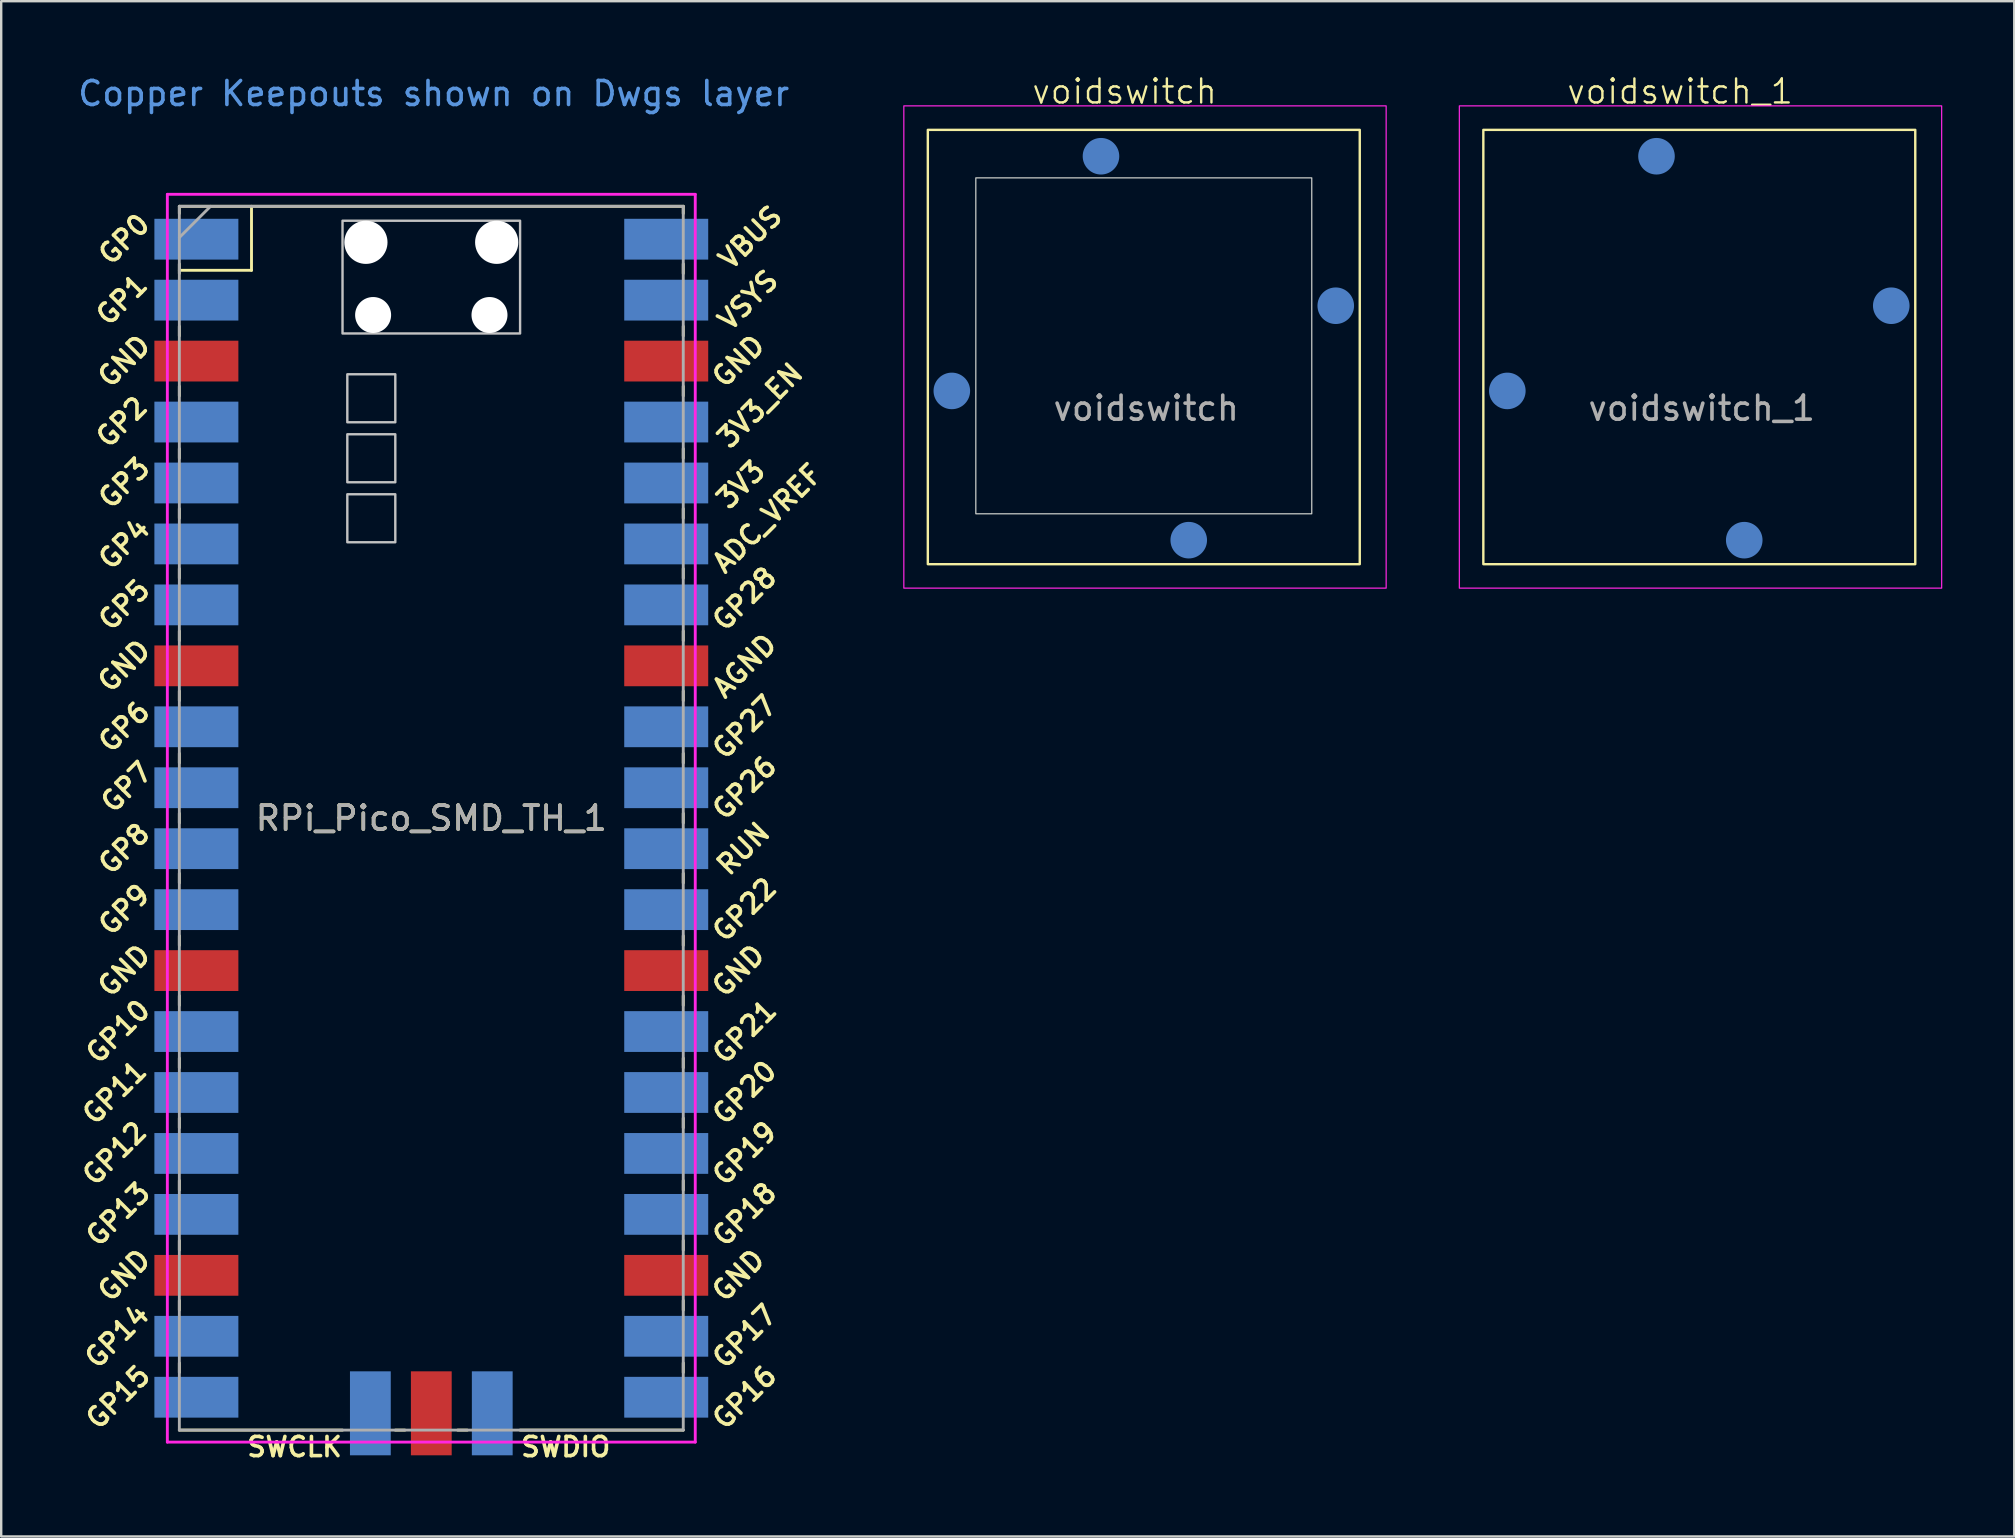
<source format=kicad_pcb>
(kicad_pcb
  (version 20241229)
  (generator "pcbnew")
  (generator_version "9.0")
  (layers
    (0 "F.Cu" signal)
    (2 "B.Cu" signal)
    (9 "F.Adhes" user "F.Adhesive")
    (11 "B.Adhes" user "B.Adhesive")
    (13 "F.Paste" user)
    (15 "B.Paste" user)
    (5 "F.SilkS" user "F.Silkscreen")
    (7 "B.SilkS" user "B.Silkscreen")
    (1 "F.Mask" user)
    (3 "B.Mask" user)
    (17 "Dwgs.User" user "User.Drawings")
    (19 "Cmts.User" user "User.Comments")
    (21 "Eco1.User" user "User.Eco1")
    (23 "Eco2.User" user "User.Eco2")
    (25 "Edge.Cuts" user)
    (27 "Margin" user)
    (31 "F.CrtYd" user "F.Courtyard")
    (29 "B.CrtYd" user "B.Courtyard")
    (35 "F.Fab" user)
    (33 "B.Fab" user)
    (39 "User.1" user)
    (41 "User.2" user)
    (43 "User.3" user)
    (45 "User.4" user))
  (footprint "voidswitch_1"
    (layer "F.Cu")
    (at 58.766 2.361)
    (property "Reference" "voidswitch_1" (at 8.2 -1.6 0) (unlocked yes) (layer "F.SilkS") (effects (font (size 1 1) (thickness 0.1))))
    (attr smd)
    (fp_rect (start 0 0) (end 18 18.1) (stroke (width 0.1) (type default)) (fill no) (layer "F.SilkS"))
    (fp_rect (start -1 -1) (end 19.1 19.1) (stroke (width 0.05) (type default)) (fill no) (layer "F.CrtYd"))
    (fp_text user "${REFERENCE}" (at 9.1 11.6 0) (unlocked yes) (layer "F.Fab") (effects (font (size 1 1) (thickness 0.15))))
    (pad "1" smd circle (at 7.216 1.1) (size 1.524 1.524) (layers "B.Cu" "B.Mask"))
    (pad "2" smd circle (at 17 7.33) (size 1.524 1.524) (layers "B.Cu" "B.Mask"))
    (pad "3" smd circle (at 10.873 17.1) (size 1.524 1.524) (layers "B.Cu" "B.Mask"))
    (pad "4" smd circle (at 1 10.88) (size 1.524 1.524) (layers "B.Cu" "B.Mask")))
  (footprint "RPi_Pico_SMD_TH_1"
    (layer "F.Cu")
    (at 14.924 31.048)
    (property "Reference" "RPi_Pico_SMD_TH_1" (at 0 0 0) (layer "F.SilkS") (effects (font (size 1 1) (thickness 0.15))))
    (attr through_hole)
    (fp_line (start -10.5 -25.5) (end -10.5 -25.2) (stroke (width 0.12) (type solid)) (layer "F.SilkS"))
    (fp_line (start -10.5 -25.5) (end 10.5 -25.5) (stroke (width 0.12) (type solid)) (layer "F.SilkS"))
    (fp_line (start -10.5 -23.1) (end -10.5 -22.7) (stroke (width 0.12) (type solid)) (layer "F.SilkS"))
    (fp_line (start -10.5 -22.833) (end -7.493 -22.833) (stroke (width 0.12) (type solid)) (layer "F.SilkS"))
    (fp_line (start -10.5 -20.5) (end -10.5 -20.1) (stroke (width 0.12) (type solid)) (layer "F.SilkS"))
    (fp_line (start -10.5 -18) (end -10.5 -17.6) (stroke (width 0.12) (type solid)) (layer "F.SilkS"))
    (fp_line (start -10.5 -15.4) (end -10.5 -15) (stroke (width 0.12) (type solid)) (layer "F.SilkS"))
    (fp_line (start -10.5 -12.9) (end -10.5 -12.5) (stroke (width 0.12) (type solid)) (layer "F.SilkS"))
    (fp_line (start -10.5 -10.4) (end -10.5 -10) (stroke (width 0.12) (type solid)) (layer "F.SilkS"))
    (fp_line (start -10.5 -7.8) (end -10.5 -7.4) (stroke (width 0.12) (type solid)) (layer "F.SilkS"))
    (fp_line (start -10.5 -5.3) (end -10.5 -4.9) (stroke (width 0.12) (type solid)) (layer "F.SilkS"))
    (fp_line (start -10.5 -2.7) (end -10.5 -2.3) (stroke (width 0.12) (type solid)) (layer "F.SilkS"))
    (fp_line (start -10.5 -0.2) (end -10.5 0.2) (stroke (width 0.12) (type solid)) (layer "F.SilkS"))
    (fp_line (start -10.5 2.3) (end -10.5 2.7) (stroke (width 0.12) (type solid)) (layer "F.SilkS"))
    (fp_line (start -10.5 4.9) (end -10.5 5.3) (stroke (width 0.12) (type solid)) (layer "F.SilkS"))
    (fp_line (start -10.5 7.4) (end -10.5 7.8) (stroke (width 0.12) (type solid)) (layer "F.SilkS"))
    (fp_line (start -10.5 10) (end -10.5 10.4) (stroke (width 0.12) (type solid)) (layer "F.SilkS"))
    (fp_line (start -10.5 12.5) (end -10.5 12.9) (stroke (width 0.12) (type solid)) (layer "F.SilkS"))
    (fp_line (start -10.5 15.1) (end -10.5 15.5) (stroke (width 0.12) (type solid)) (layer "F.SilkS"))
    (fp_line (start -10.5 17.6) (end -10.5 18) (stroke (width 0.12) (type solid)) (layer "F.SilkS"))
    (fp_line (start -10.5 20.1) (end -10.5 20.5) (stroke (width 0.12) (type solid)) (layer "F.SilkS"))
    (fp_line (start -10.5 22.7) (end -10.5 23.1) (stroke (width 0.12) (type solid)) (layer "F.SilkS"))
    (fp_line (start -7.493 -22.833) (end -7.493 -25.5) (stroke (width 0.12) (type solid)) (layer "F.SilkS"))
    (fp_line (start -3.7 25.5) (end -10.5 25.5) (stroke (width 0.12) (type solid)) (layer "F.SilkS"))
    (fp_line (start -1.5 25.5) (end -1.1 25.5) (stroke (width 0.12) (type solid)) (layer "F.SilkS"))
    (fp_line (start 1.1 25.5) (end 1.5 25.5) (stroke (width 0.12) (type solid)) (layer "F.SilkS"))
    (fp_line (start 10.5 -25.5) (end 10.5 -25.2) (stroke (width 0.12) (type solid)) (layer "F.SilkS"))
    (fp_line (start 10.5 -23.1) (end 10.5 -22.7) (stroke (width 0.12) (type solid)) (layer "F.SilkS"))
    (fp_line (start 10.5 -20.5) (end 10.5 -20.1) (stroke (width 0.12) (type solid)) (layer "F.SilkS"))
    (fp_line (start 10.5 -18) (end 10.5 -17.6) (stroke (width 0.12) (type solid)) (layer "F.SilkS"))
    (fp_line (start 10.5 -15.4) (end 10.5 -15) (stroke (width 0.12) (type solid)) (layer "F.SilkS"))
    (fp_line (start 10.5 -12.9) (end 10.5 -12.5) (stroke (width 0.12) (type solid)) (layer "F.SilkS"))
    (fp_line (start 10.5 -10.4) (end 10.5 -10) (stroke (width 0.12) (type solid)) (layer "F.SilkS"))
    (fp_line (start 10.5 -7.8) (end 10.5 -7.4) (stroke (width 0.12) (type solid)) (layer "F.SilkS"))
    (fp_line (start 10.5 -5.3) (end 10.5 -4.9) (stroke (width 0.12) (type solid)) (layer "F.SilkS"))
    (fp_line (start 10.5 -2.7) (end 10.5 -2.3) (stroke (width 0.12) (type solid)) (layer "F.SilkS"))
    (fp_line (start 10.5 -0.2) (end 10.5 0.2) (stroke (width 0.12) (type solid)) (layer "F.SilkS"))
    (fp_line (start 10.5 2.3) (end 10.5 2.7) (stroke (width 0.12) (type solid)) (layer "F.SilkS"))
    (fp_line (start 10.5 4.9) (end 10.5 5.3) (stroke (width 0.12) (type solid)) (layer "F.SilkS"))
    (fp_line (start 10.5 7.4) (end 10.5 7.8) (stroke (width 0.12) (type solid)) (layer "F.SilkS"))
    (fp_line (start 10.5 10) (end 10.5 10.4) (stroke (width 0.12) (type solid)) (layer "F.SilkS"))
    (fp_line (start 10.5 12.5) (end 10.5 12.9) (stroke (width 0.12) (type solid)) (layer "F.SilkS"))
    (fp_line (start 10.5 15.1) (end 10.5 15.5) (stroke (width 0.12) (type solid)) (layer "F.SilkS"))
    (fp_line (start 10.5 17.6) (end 10.5 18) (stroke (width 0.12) (type solid)) (layer "F.SilkS"))
    (fp_line (start 10.5 20.1) (end 10.5 20.5) (stroke (width 0.12) (type solid)) (layer "F.SilkS"))
    (fp_line (start 10.5 22.7) (end 10.5 23.1) (stroke (width 0.12) (type solid)) (layer "F.SilkS"))
    (fp_line (start 10.5 25.5) (end 3.7 25.5) (stroke (width 0.12) (type solid)) (layer "F.SilkS"))
    (fp_poly (pts (xy -1.5 -16.5) (xy -3.5 -16.5) (xy -3.5 -18.5) (xy -1.5 -18.5)) (stroke (width 0.1) (type solid)) (fill no) (layer "Dwgs.User"))
    (fp_poly (pts (xy -1.5 -14) (xy -3.5 -14) (xy -3.5 -16) (xy -1.5 -16)) (stroke (width 0.1) (type solid)) (fill no) (layer "Dwgs.User"))
    (fp_poly (pts (xy -1.5 -11.5) (xy -3.5 -11.5) (xy -3.5 -13.5) (xy -1.5 -13.5)) (stroke (width 0.1) (type solid)) (fill no) (layer "Dwgs.User"))
    (fp_poly (pts (xy 3.7 -20.2) (xy -3.7 -20.2) (xy -3.7 -24.9) (xy 3.7 -24.9)) (stroke (width 0.1) (type solid)) (fill no) (layer "Dwgs.User"))
    (fp_line (start -11 -26) (end 11 -26) (stroke (width 0.12) (type solid)) (layer "F.CrtYd"))
    (fp_line (start -11 26) (end -11 -26) (stroke (width 0.12) (type solid)) (layer "F.CrtYd"))
    (fp_line (start 11 -26) (end 11 26) (stroke (width 0.12) (type solid)) (layer "F.CrtYd"))
    (fp_line (start 11 26) (end -11 26) (stroke (width 0.12) (type solid)) (layer "F.CrtYd"))
    (fp_line (start -10.5 -25.5) (end 10.5 -25.5) (stroke (width 0.12) (type solid)) (layer "F.Fab"))
    (fp_line (start -10.5 -24.2) (end -9.2 -25.5) (stroke (width 0.12) (type solid)) (layer "F.Fab"))
    (fp_line (start -10.5 25.5) (end -10.5 -25.5) (stroke (width 0.12) (type solid)) (layer "F.Fab"))
    (fp_line (start 10.5 -25.5) (end 10.5 25.5) (stroke (width 0.12) (type solid)) (layer "F.Fab"))
    (fp_line (start 10.5 25.5) (end -10.5 25.5) (stroke (width 0.12) (type solid)) (layer "F.Fab"))
    (fp_text user "GP3" (at -12.8 -13.97 45) (layer "F.SilkS") (effects (font (size 0.8 0.8) (thickness 0.15))))
    (fp_text user "GP26" (at 13.054 -1.27 45) (layer "F.SilkS") (effects (font (size 0.8 0.8) (thickness 0.15))))
    (fp_text user "VSYS" (at 13.2 -21.59 45) (layer "F.SilkS") (effects (font (size 0.8 0.8) (thickness 0.15))))
    (fp_text user "GND" (at 12.8 6.35 45) (layer "F.SilkS") (effects (font (size 0.8 0.8) (thickness 0.15))))
    (fp_text user "GP13" (at -13.054 16.51 45) (layer "F.SilkS") (effects (font (size 0.8 0.8) (thickness 0.15))))
    (fp_text user "GP16" (at 13.054 24.13 45) (layer "F.SilkS") (effects (font (size 0.8 0.8) (thickness 0.15))))
    (fp_text user "GP6" (at -12.8 -3.81 45) (layer "F.SilkS") (effects (font (size 0.8 0.8) (thickness 0.15))))
    (fp_text user "GP8" (at -12.8 1.27 45) (layer "F.SilkS") (effects (font (size 0.8 0.8) (thickness 0.15))))
    (fp_text user "GND" (at -12.8 -6.35 45) (layer "F.SilkS") (effects (font (size 0.8 0.8) (thickness 0.15))))
    (fp_text user "AGND" (at 13.054 -6.35 45) (layer "F.SilkS") (effects (font (size 0.8 0.8) (thickness 0.15))))
    (fp_text user "GP14" (at -13.1 21.59 45) (layer "F.SilkS") (effects (font (size 0.8 0.8) (thickness 0.15))))
    (fp_text user "GP17" (at 13.054 21.59 45) (layer "F.SilkS") (effects (font (size 0.8 0.8) (thickness 0.15))))
    (fp_text user "GP12" (at -13.2 13.97 45) (layer "F.SilkS") (effects (font (size 0.8 0.8) (thickness 0.15))))
    (fp_text user "RUN" (at 13 1.27 45) (layer "F.SilkS") (effects (font (size 0.8 0.8) (thickness 0.15))))
    (fp_text user "GP1" (at -12.9 -21.6 45) (layer "F.SilkS") (effects (font (size 0.8 0.8) (thickness 0.15))))
    (fp_text user "GND" (at -12.8 -19.05 45) (layer "F.SilkS") (effects (font (size 0.8 0.8) (thickness 0.15))))
    (fp_text user "SWCLK" (at -5.7 26.2 0) (layer "F.SilkS") (effects (font (size 0.8 0.8) (thickness 0.15))))
    (fp_text user "3V3_EN" (at 13.7 -17.2 45) (layer "F.SilkS") (effects (font (size 0.8 0.8) (thickness 0.15))))
    (fp_text user "GP28" (at 13.054 -9.144 45) (layer "F.SilkS") (effects (font (size 0.8 0.8) (thickness 0.15))))
    (fp_text user "VBUS" (at 13.3 -24.2 45) (layer "F.SilkS") (effects (font (size 0.8 0.8) (thickness 0.15))))
    (fp_text user "SWDIO" (at 5.6 26.2 0) (layer "F.SilkS") (effects (font (size 0.8 0.8) (thickness 0.15))))
    (fp_text user "GP5" (at -12.8 -8.89 45) (layer "F.SilkS") (effects (font (size 0.8 0.8) (thickness 0.15))))
    (fp_text user "GND" (at -12.8 6.35 45) (layer "F.SilkS") (effects (font (size 0.8 0.8) (thickness 0.15))))
    (fp_text user "GP18" (at 13.054 16.51 45) (layer "F.SilkS") (effects (font (size 0.8 0.8) (thickness 0.15))))
    (fp_text user "GP27" (at 13.054 -3.8 45) (layer "F.SilkS") (effects (font (size 0.8 0.8) (thickness 0.15))))
    (fp_text user "GND" (at 12.8 19.05 45) (layer "F.SilkS") (effects (font (size 0.8 0.8) (thickness 0.15))))
    (fp_text user "GP15" (at -13.054 24.13 45) (layer "F.SilkS") (effects (font (size 0.8 0.8) (thickness 0.15))))
    (fp_text user "GP20" (at 13.054 11.43 45) (layer "F.SilkS") (effects (font (size 0.8 0.8) (thickness 0.15))))
    (fp_text user "GND" (at 12.8 -19.05 45) (layer "F.SilkS") (effects (font (size 0.8 0.8) (thickness 0.15))))
    (fp_text user "GP22" (at 13.054 3.81 45) (layer "F.SilkS") (effects (font (size 0.8 0.8) (thickness 0.15))))
    (fp_text user "GP7" (at -12.7 -1.3 45) (layer "F.SilkS") (effects (font (size 0.8 0.8) (thickness 0.15))))
    (fp_text user "GND" (at -12.8 19.05 45) (layer "F.SilkS") (effects (font (size 0.8 0.8) (thickness 0.15))))
    (fp_text user "GP4" (at -12.8 -11.43 45) (layer "F.SilkS") (effects (font (size 0.8 0.8) (thickness 0.15))))
    (fp_text user "ADC_VREF" (at 14 -12.5 45) (layer "F.SilkS") (effects (font (size 0.8 0.8) (thickness 0.15))))
    (fp_text user "GP11" (at -13.2 11.43 45) (layer "F.SilkS") (effects (font (size 0.8 0.8) (thickness 0.15))))
    (fp_text user "GP2" (at -12.9 -16.51 45) (layer "F.SilkS") (effects (font (size 0.8 0.8) (thickness 0.15))))
    (fp_text user "GP19" (at 13.054 13.97 45) (layer "F.SilkS") (effects (font (size 0.8 0.8) (thickness 0.15))))
    (fp_text user "GP10" (at -13.054 8.89 45) (layer "F.SilkS") (effects (font (size 0.8 0.8) (thickness 0.15))))
    (fp_text user "3V3" (at 12.9 -13.9 45) (layer "F.SilkS") (effects (font (size 0.8 0.8) (thickness 0.15))))
    (fp_text user "GP9" (at -12.8 3.81 45) (layer "F.SilkS") (effects (font (size 0.8 0.8) (thickness 0.15))))
    (fp_text user "GP0" (at -12.8 -24.13 45) (layer "F.SilkS") (effects (font (size 0.8 0.8) (thickness 0.15))))
    (fp_text user "GP21" (at 13.054 8.9 45) (layer "F.SilkS") (effects (font (size 0.8 0.8) (thickness 0.15))))
    (fp_text user "Copper Keepouts shown on Dwgs layer" (at 0.1 -30.2 0) (layer "Cmts.User") (effects (font (size 1 1) (thickness 0.15))))
    (fp_text user "${REFERENCE}" (at 0 0 180) (layer "F.Fab") (effects (font (size 1 1) (thickness 0.15))))
    (pad "" np_thru_hole oval (at -2.725 -24) (size 1.8 1.8) (drill 1.8) (layers "*.Cu" "*.Mask"))
    (pad "" np_thru_hole oval (at -2.425 -20.97) (size 1.5 1.5) (drill 1.5) (layers "*.Cu" "*.Mask"))
    (pad "" np_thru_hole oval (at 2.425 -20.97) (size 1.5 1.5) (drill 1.5) (layers "*.Cu" "*.Mask"))
    (pad "" np_thru_hole oval (at 2.725 -24) (size 1.8 1.8) (drill 1.8) (layers "*.Cu" "*.Mask"))
    (pad "1" smd rect (at -8.89 -24.13) (size 3.5 1.7) (drill (offset -0.9 0)) (layers "B.Cu" "B.Mask"))
    (pad "2" smd rect (at -8.89 -21.59) (size 3.5 1.7) (drill (offset -0.9 0)) (layers "B.Cu" "B.Mask"))
    (pad "3" smd rect (at -8.89 -19.05) (size 3.5 1.7) (drill (offset -0.9 0)) (layers "F.Cu" "F.Mask"))
    (pad "4" smd rect (at -8.89 -16.51) (size 3.5 1.7) (drill (offset -0.9 0)) (layers "B.Cu" "B.Mask"))
    (pad "5" smd rect (at -8.89 -13.97) (size 3.5 1.7) (drill (offset -0.9 0)) (layers "B.Cu" "B.Mask"))
    (pad "6" smd rect (at -8.89 -11.43) (size 3.5 1.7) (drill (offset -0.9 0)) (layers "B.Cu" "B.Mask"))
    (pad "7" smd rect (at -8.89 -8.89) (size 3.5 1.7) (drill (offset -0.9 0)) (layers "B.Cu" "B.Mask"))
    (pad "8" smd rect (at -8.89 -6.35) (size 3.5 1.7) (drill (offset -0.9 0)) (layers "F.Cu" "F.Mask"))
    (pad "9" smd rect (at -8.89 -3.81) (size 3.5 1.7) (drill (offset -0.9 0)) (layers "B.Cu" "B.Mask"))
    (pad "10" smd rect (at -8.89 -1.27) (size 3.5 1.7) (drill (offset -0.9 0)) (layers "B.Cu" "B.Mask"))
    (pad "11" smd rect (at -8.89 1.27) (size 3.5 1.7) (drill (offset -0.9 0)) (layers "B.Cu" "B.Mask"))
    (pad "12" smd rect (at -8.89 3.81) (size 3.5 1.7) (drill (offset -0.9 0)) (layers "B.Cu" "B.Mask"))
    (pad "13" smd rect (at -8.89 6.35) (size 3.5 1.7) (drill (offset -0.9 0)) (layers "F.Cu" "F.Mask"))
    (pad "14" smd rect (at -8.89 8.89) (size 3.5 1.7) (drill (offset -0.9 0)) (layers "B.Cu" "B.Mask"))
    (pad "15" smd rect (at -8.89 11.43) (size 3.5 1.7) (drill (offset -0.9 0)) (layers "B.Cu" "B.Mask"))
    (pad "16" smd rect (at -8.89 13.97) (size 3.5 1.7) (drill (offset -0.9 0)) (layers "B.Cu" "B.Mask"))
    (pad "17" smd rect (at -8.89 16.51) (size 3.5 1.7) (drill (offset -0.9 0)) (layers "B.Cu" "B.Mask"))
    (pad "18" smd rect (at -8.89 19.05) (size 3.5 1.7) (drill (offset -0.9 0)) (layers "F.Cu" "F.Mask"))
    (pad "19" smd rect (at -8.89 21.59) (size 3.5 1.7) (drill (offset -0.9 0)) (layers "B.Cu" "B.Mask"))
    (pad "20" smd rect (at -8.89 24.13) (size 3.5 1.7) (drill (offset -0.9 0)) (layers "B.Cu" "B.Mask"))
    (pad "21" smd rect (at 8.89 24.13) (size 3.5 1.7) (drill (offset 0.9 0)) (layers "B.Cu" "B.Mask"))
    (pad "22" smd rect (at 8.89 21.59) (size 3.5 1.7) (drill (offset 0.9 0)) (layers "B.Cu" "B.Mask"))
    (pad "23" smd rect (at 8.89 19.05) (size 3.5 1.7) (drill (offset 0.9 0)) (layers "F.Cu" "F.Mask"))
    (pad "24" smd rect (at 8.89 16.51) (size 3.5 1.7) (drill (offset 0.9 0)) (layers "B.Cu" "B.Mask"))
    (pad "25" smd rect (at 8.89 13.97) (size 3.5 1.7) (drill (offset 0.9 0)) (layers "B.Cu" "B.Mask"))
    (pad "26" smd rect (at 8.89 11.43) (size 3.5 1.7) (drill (offset 0.9 0)) (layers "B.Cu" "B.Mask"))
    (pad "27" smd rect (at 8.89 8.89) (size 3.5 1.7) (drill (offset 0.9 0)) (layers "B.Cu" "B.Mask"))
    (pad "28" smd rect (at 8.89 6.35) (size 3.5 1.7) (drill (offset 0.9 0)) (layers "F.Cu" "F.Mask"))
    (pad "29" smd rect (at 8.89 3.81) (size 3.5 1.7) (drill (offset 0.9 0)) (layers "B.Cu" "B.Mask"))
    (pad "30" smd rect (at 8.89 1.27) (size 3.5 1.7) (drill (offset 0.9 0)) (layers "B.Cu" "B.Mask"))
    (pad "31" smd rect (at 8.89 -1.27) (size 3.5 1.7) (drill (offset 0.9 0)) (layers "B.Cu" "B.Mask"))
    (pad "32" smd rect (at 8.89 -3.81) (size 3.5 1.7) (drill (offset 0.9 0)) (layers "B.Cu" "B.Mask"))
    (pad "33" smd rect (at 8.89 -6.35) (size 3.5 1.7) (drill (offset 0.9 0)) (layers "F.Cu" "F.Mask"))
    (pad "34" smd rect (at 8.89 -8.89) (size 3.5 1.7) (drill (offset 0.9 0)) (layers "B.Cu" "B.Mask"))
    (pad "35" smd rect (at 8.89 -11.43) (size 3.5 1.7) (drill (offset 0.9 0)) (layers "B.Cu" "B.Mask"))
    (pad "36" smd rect (at 8.89 -13.97) (size 3.5 1.7) (drill (offset 0.9 0)) (layers "B.Cu" "B.Mask"))
    (pad "37" smd rect (at 8.89 -16.51) (size 3.5 1.7) (drill (offset 0.9 0)) (layers "B.Cu" "B.Mask"))
    (pad "38" smd rect (at 8.89 -19.05) (size 3.5 1.7) (drill (offset 0.9 0)) (layers "F.Cu" "F.Mask"))
    (pad "39" smd rect (at 8.89 -21.59) (size 3.5 1.7) (drill (offset 0.9 0)) (layers "B.Cu" "B.Mask"))
    (pad "40" smd rect (at 8.89 -24.13) (size 3.5 1.7) (drill (offset 0.9 0)) (layers "B.Cu" "B.Mask"))
    (pad "41" smd rect (at -2.54 23.9 90) (size 3.5 1.7) (drill (offset -0.9 0)) (layers "B.Cu" "B.Mask"))
    (pad "42" smd rect (at 0 23.9 90) (size 3.5 1.7) (drill (offset -0.9 0)) (layers "F.Cu" "F.Mask"))
    (pad "43" smd rect (at 2.54 23.9 90) (size 3.5 1.7) (drill (offset -0.9 0)) (layers "B.Cu" "B.Mask")))
  (footprint "voidswitch"
    (layer "F.Cu")
    (at 35.616 2.361)
    (property "Reference" "voidswitch" (at 8.2 -1.6 0) (unlocked yes) (layer "F.SilkS") (effects (font (size 1 1) (thickness 0.1))))
    (attr smd)
    (fp_rect (start 0 0) (end 18 18.1) (stroke (width 0.1) (type default)) (fill no) (layer "F.SilkS"))
    (fp_rect (start 2 2) (end 16 16) (stroke (width 0.05) (type default)) (fill no) (layer "Edge.Cuts"))
    (fp_rect (start -1 -1) (end 19.1 19.1) (stroke (width 0.05) (type default)) (fill no) (layer "F.CrtYd"))
    (fp_text user "${REFERENCE}" (at 9.1 11.6 0) (unlocked yes) (layer "F.Fab") (effects (font (size 1 1) (thickness 0.15))))
    (pad "1" smd circle (at 7.216 1.1) (size 1.524 1.524) (layers "B.Cu" "B.Mask"))
    (pad "2" smd circle (at 17 7.33) (size 1.524 1.524) (layers "B.Cu" "B.Mask"))
    (pad "3" smd circle (at 10.873 17.1) (size 1.524 1.524) (layers "B.Cu" "B.Mask"))
    (pad "4" smd circle (at 1 10.88) (size 1.524 1.524) (layers "B.Cu" "B.Mask")))
  (gr_rect
    (start -3 -3)
    (end 80.891 60.98)
    (stroke (width 0.1) (type default))
    (fill no)
    (layer "Edge.Cuts")))
</source>
